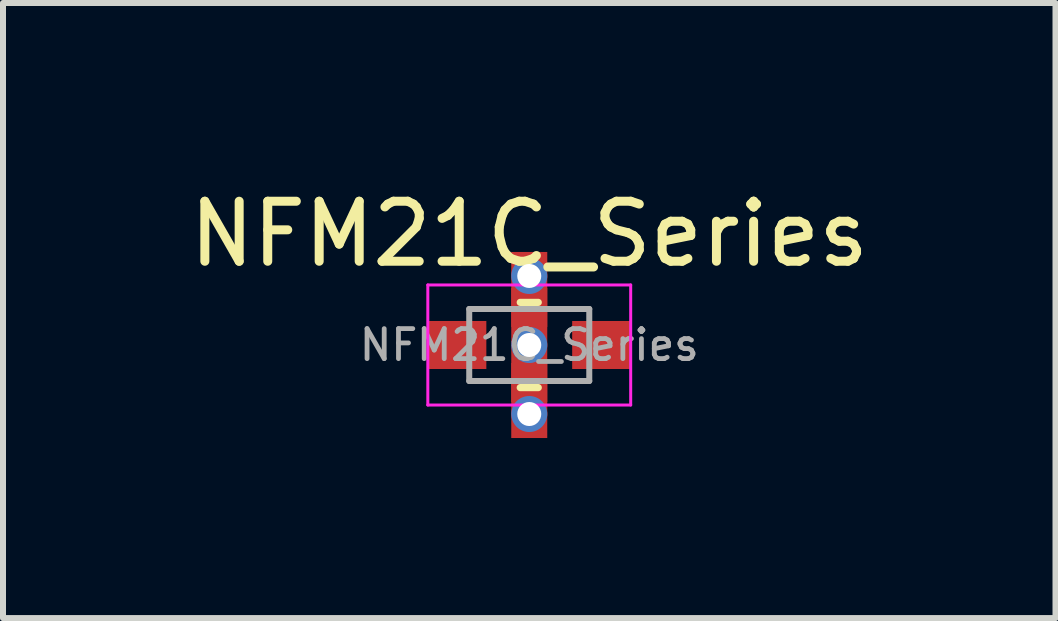
<source format=kicad_pcb>
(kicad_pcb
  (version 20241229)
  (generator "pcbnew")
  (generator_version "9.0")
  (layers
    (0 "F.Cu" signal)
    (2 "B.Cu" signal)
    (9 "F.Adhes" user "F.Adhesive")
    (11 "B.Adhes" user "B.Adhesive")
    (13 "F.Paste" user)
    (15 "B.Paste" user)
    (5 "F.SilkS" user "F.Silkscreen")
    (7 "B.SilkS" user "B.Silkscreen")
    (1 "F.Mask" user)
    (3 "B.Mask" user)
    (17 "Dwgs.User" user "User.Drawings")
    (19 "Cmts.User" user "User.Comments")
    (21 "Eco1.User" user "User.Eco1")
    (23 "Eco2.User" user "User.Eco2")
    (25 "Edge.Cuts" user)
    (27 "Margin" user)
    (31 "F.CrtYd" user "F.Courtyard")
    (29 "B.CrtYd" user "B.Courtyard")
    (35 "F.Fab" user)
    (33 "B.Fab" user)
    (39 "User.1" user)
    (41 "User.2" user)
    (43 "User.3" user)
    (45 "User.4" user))
  (footprint "NFM21C_Series"
    (layer "F.Cu")
    (at 5.768 2.698)
    (property "Reference" "NFM21C_Series" (at 0 -1.85 0) (layer "F.SilkS") (effects (font (size 1 1) (thickness 0.15))))
    (attr smd)
    (fp_line (start -0.15 -0.71) (end 0.15 -0.71) (stroke (width 0.12) (type solid)) (layer "F.SilkS"))
    (fp_line (start -0.15 0.71) (end 0.15 0.71) (stroke (width 0.12) (type solid)) (layer "F.SilkS"))
    (fp_line (start -1.69 -1) (end 1.69 -1) (stroke (width 0.05) (type solid)) (layer "F.CrtYd"))
    (fp_line (start -1.69 1) (end -1.69 -1) (stroke (width 0.05) (type solid)) (layer "F.CrtYd"))
    (fp_line (start 1.69 -1) (end 1.69 1) (stroke (width 0.05) (type solid)) (layer "F.CrtYd"))
    (fp_line (start 1.69 1) (end -1.69 1) (stroke (width 0.05) (type solid)) (layer "F.CrtYd"))
    (fp_line (start -1 -0.6) (end 1 -0.6) (stroke (width 0.1) (type solid)) (layer "F.Fab"))
    (fp_line (start -1 0.6) (end -1 -0.6) (stroke (width 0.1) (type solid)) (layer "F.Fab"))
    (fp_line (start 1 -0.6) (end 1 0.6) (stroke (width 0.1) (type solid)) (layer "F.Fab"))
    (fp_line (start 1 0.6) (end -1 0.6) (stroke (width 0.1) (type solid)) (layer "F.Fab"))
    (fp_text user "${REFERENCE}" (at 0 0 0) (layer "F.Fab") (effects (font (size 0.5 0.5) (thickness 0.08))))
    (pad "1" smd rect (at -1.2 0) (size 0.97 0.8) (layers "F.Cu" "F.Mask" "F.Paste"))
    (pad "2" thru_hole circle (at 0 -1.15) (size 0.6 0.6) (drill 0.4) (layers "*.Cu"))
    (pad "2" smd rect (at 0 -0.625) (size 0.6 0.65) (layers "F.Cu" "F.Mask" "F.Paste"))
    (pad "2" thru_hole circle (at 0 0) (size 0.6 0.6) (drill 0.4) (layers "*.Cu"))
    (pad "2" smd rect (at 0 0) (size 0.6 3.1) (layers "F.Cu"))
    (pad "2" smd rect (at 0 0.625) (size 0.6 0.65) (layers "F.Cu" "F.Mask" "F.Paste"))
    (pad "2" thru_hole circle (at 0 1.15) (size 0.6 0.6) (drill 0.4) (layers "*.Cu"))
    (pad "3" smd rect (at 1.2 0) (size 0.97 0.8) (layers "F.Cu" "F.Mask" "F.Paste")))
  (gr_rect
    (start -3 -3)
    (end 14.536 7.248)
    (stroke (width 0.1) (type default))
    (fill no)
    (layer "Edge.Cuts")))
</source>
